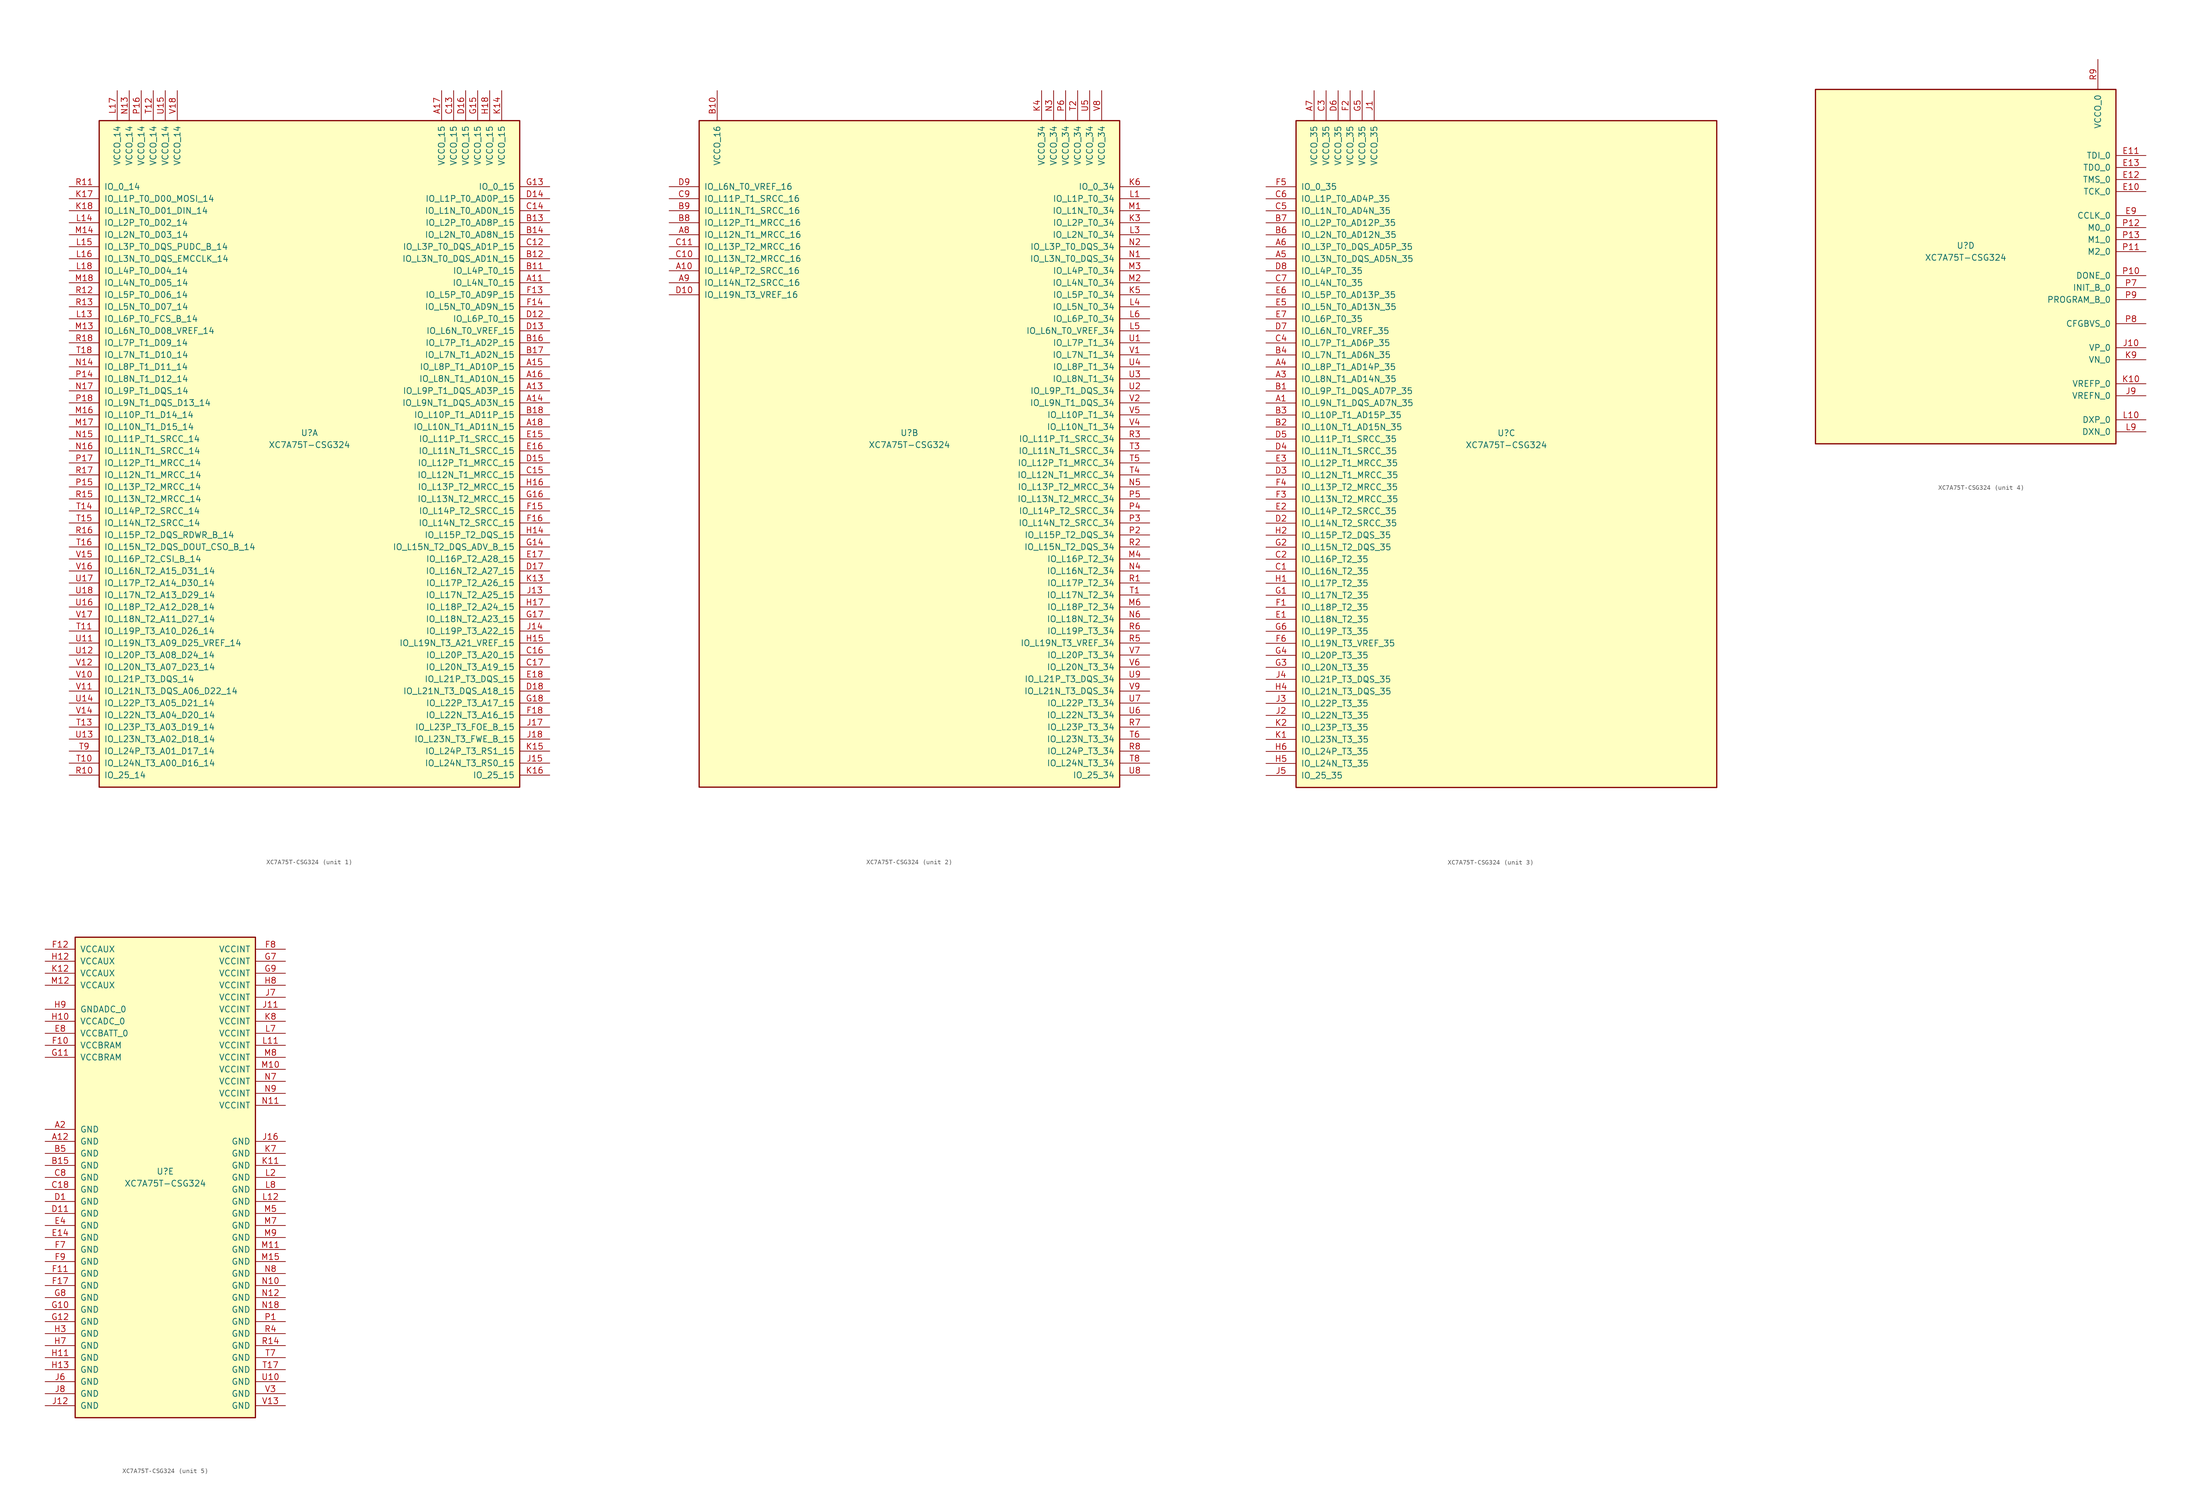
<source format=kicad_sym>
(kicad_symbol_lib
  (version 20211014)
  (generator kicad_symbol_editor)
  (symbol "XC7A75T-CSG324"
    (pin_names
      (offset 1.016))
    (property "Reference" "U"
      (at 0 1.27 0)
      (effects (font (size 1.27 1.27))))
    (property "Value" "XC7A75T-CSG324"
      (at 0 -1.27 0)
      (effects (font (size 1.27 1.27))))
    (property "Datasheet" ""
      (at 0 0 0)
      (effects (font (size 1.27 1.27))))
    (property "ki_locked" ""
      (at 0 0 0)
      (effects (font (size 1.27 1.27))))
    (symbol "XC7A75T-CSG324_1_1"
      (rectangle (start -44.45 67.31) (end 44.45 -73.66) (stroke (width 0.254) (type default) (color 0 0 0 0)) (fill (type background)))
      (pin bidirectional line (at 50.8 33.02 180) (length 6.35) (name "IO_L4N_T0_15" (effects (font (size 1.27 1.27)))) (number "A11" (effects (font (size 1.27 1.27)))))
      (pin bidirectional line (at 50.8 10.16 180) (length 6.35) (name "IO_L9P_T1_DQS_AD3P_15" (effects (font (size 1.27 1.27)))) (number "A13" (effects (font (size 1.27 1.27)))))
      (pin bidirectional line (at 50.8 7.62 180) (length 6.35) (name "IO_L9N_T1_DQS_AD3N_15" (effects (font (size 1.27 1.27)))) (number "A14" (effects (font (size 1.27 1.27)))))
      (pin bidirectional line (at 50.8 15.24 180) (length 6.35) (name "IO_L8P_T1_AD10P_15" (effects (font (size 1.27 1.27)))) (number "A15" (effects (font (size 1.27 1.27)))))
      (pin bidirectional line (at 50.8 12.7 180) (length 6.35) (name "IO_L8N_T1_AD10N_15" (effects (font (size 1.27 1.27)))) (number "A16" (effects (font (size 1.27 1.27)))))
      (pin power_in line (at 27.94 73.66 270) (length 6.35) (name "VCCO_15" (effects (font (size 1.27 1.27)))) (number "A17" (effects (font (size 1.27 1.27)))))
      (pin bidirectional line (at 50.8 2.54 180) (length 6.35) (name "IO_L10N_T1_AD11N_15" (effects (font (size 1.27 1.27)))) (number "A18" (effects (font (size 1.27 1.27)))))
      (pin bidirectional line (at 50.8 35.56 180) (length 6.35) (name "IO_L4P_T0_15" (effects (font (size 1.27 1.27)))) (number "B11" (effects (font (size 1.27 1.27)))))
      (pin bidirectional line (at 50.8 38.1 180) (length 6.35) (name "IO_L3N_T0_DQS_AD1N_15" (effects (font (size 1.27 1.27)))) (number "B12" (effects (font (size 1.27 1.27)))))
      (pin bidirectional line (at 50.8 45.72 180) (length 6.35) (name "IO_L2P_T0_AD8P_15" (effects (font (size 1.27 1.27)))) (number "B13" (effects (font (size 1.27 1.27)))))
      (pin bidirectional line (at 50.8 43.18 180) (length 6.35) (name "IO_L2N_T0_AD8N_15" (effects (font (size 1.27 1.27)))) (number "B14" (effects (font (size 1.27 1.27)))))
      (pin bidirectional line (at 50.8 20.32 180) (length 6.35) (name "IO_L7P_T1_AD2P_15" (effects (font (size 1.27 1.27)))) (number "B16" (effects (font (size 1.27 1.27)))))
      (pin bidirectional line (at 50.8 17.78 180) (length 6.35) (name "IO_L7N_T1_AD2N_15" (effects (font (size 1.27 1.27)))) (number "B17" (effects (font (size 1.27 1.27)))))
      (pin bidirectional line (at 50.8 5.08 180) (length 6.35) (name "IO_L10P_T1_AD11P_15" (effects (font (size 1.27 1.27)))) (number "B18" (effects (font (size 1.27 1.27)))))
      (pin bidirectional line (at 50.8 40.64 180) (length 6.35) (name "IO_L3P_T0_DQS_AD1P_15" (effects (font (size 1.27 1.27)))) (number "C12" (effects (font (size 1.27 1.27)))))
      (pin power_in line (at 30.48 73.66 270) (length 6.35) (name "VCCO_15" (effects (font (size 1.27 1.27)))) (number "C13" (effects (font (size 1.27 1.27)))))
      (pin bidirectional line (at 50.8 48.26 180) (length 6.35) (name "IO_L1N_T0_AD0N_15" (effects (font (size 1.27 1.27)))) (number "C14" (effects (font (size 1.27 1.27)))))
      (pin bidirectional line (at 50.8 -7.62 180) (length 6.35) (name "IO_L12N_T1_MRCC_15" (effects (font (size 1.27 1.27)))) (number "C15" (effects (font (size 1.27 1.27)))))
      (pin bidirectional line (at 50.8 -45.72 180) (length 6.35) (name "IO_L20P_T3_A20_15" (effects (font (size 1.27 1.27)))) (number "C16" (effects (font (size 1.27 1.27)))))
      (pin bidirectional line (at 50.8 -48.26 180) (length 6.35) (name "IO_L20N_T3_A19_15" (effects (font (size 1.27 1.27)))) (number "C17" (effects (font (size 1.27 1.27)))))
      (pin bidirectional line (at 50.8 25.4 180) (length 6.35) (name "IO_L6P_T0_15" (effects (font (size 1.27 1.27)))) (number "D12" (effects (font (size 1.27 1.27)))))
      (pin bidirectional line (at 50.8 22.86 180) (length 6.35) (name "IO_L6N_T0_VREF_15" (effects (font (size 1.27 1.27)))) (number "D13" (effects (font (size 1.27 1.27)))))
      (pin bidirectional line (at 50.8 50.8 180) (length 6.35) (name "IO_L1P_T0_AD0P_15" (effects (font (size 1.27 1.27)))) (number "D14" (effects (font (size 1.27 1.27)))))
      (pin bidirectional line (at 50.8 -5.08 180) (length 6.35) (name "IO_L12P_T1_MRCC_15" (effects (font (size 1.27 1.27)))) (number "D15" (effects (font (size 1.27 1.27)))))
      (pin power_in line (at 33.02 73.66 270) (length 6.35) (name "VCCO_15" (effects (font (size 1.27 1.27)))) (number "D16" (effects (font (size 1.27 1.27)))))
      (pin bidirectional line (at 50.8 -27.94 180) (length 6.35) (name "IO_L16N_T2_A27_15" (effects (font (size 1.27 1.27)))) (number "D17" (effects (font (size 1.27 1.27)))))
      (pin bidirectional line (at 50.8 -53.34 180) (length 6.35) (name "IO_L21N_T3_DQS_A18_15" (effects (font (size 1.27 1.27)))) (number "D18" (effects (font (size 1.27 1.27)))))
      (pin bidirectional line (at 50.8 0 180) (length 6.35) (name "IO_L11P_T1_SRCC_15" (effects (font (size 1.27 1.27)))) (number "E15" (effects (font (size 1.27 1.27)))))
      (pin bidirectional line (at 50.8 -2.54 180) (length 6.35) (name "IO_L11N_T1_SRCC_15" (effects (font (size 1.27 1.27)))) (number "E16" (effects (font (size 1.27 1.27)))))
      (pin bidirectional line (at 50.8 -25.4 180) (length 6.35) (name "IO_L16P_T2_A28_15" (effects (font (size 1.27 1.27)))) (number "E17" (effects (font (size 1.27 1.27)))))
      (pin bidirectional line (at 50.8 -50.8 180) (length 6.35) (name "IO_L21P_T3_DQS_15" (effects (font (size 1.27 1.27)))) (number "E18" (effects (font (size 1.27 1.27)))))
      (pin bidirectional line (at 50.8 30.48 180) (length 6.35) (name "IO_L5P_T0_AD9P_15" (effects (font (size 1.27 1.27)))) (number "F13" (effects (font (size 1.27 1.27)))))
      (pin bidirectional line (at 50.8 27.94 180) (length 6.35) (name "IO_L5N_T0_AD9N_15" (effects (font (size 1.27 1.27)))) (number "F14" (effects (font (size 1.27 1.27)))))
      (pin bidirectional line (at 50.8 -15.24 180) (length 6.35) (name "IO_L14P_T2_SRCC_15" (effects (font (size 1.27 1.27)))) (number "F15" (effects (font (size 1.27 1.27)))))
      (pin bidirectional line (at 50.8 -17.78 180) (length 6.35) (name "IO_L14N_T2_SRCC_15" (effects (font (size 1.27 1.27)))) (number "F16" (effects (font (size 1.27 1.27)))))
      (pin bidirectional line (at 50.8 -58.42 180) (length 6.35) (name "IO_L22N_T3_A16_15" (effects (font (size 1.27 1.27)))) (number "F18" (effects (font (size 1.27 1.27)))))
      (pin bidirectional line (at 50.8 53.34 180) (length 6.35) (name "IO_0_15" (effects (font (size 1.27 1.27)))) (number "G13" (effects (font (size 1.27 1.27)))))
      (pin bidirectional line (at 50.8 -22.86 180) (length 6.35) (name "IO_L15N_T2_DQS_ADV_B_15" (effects (font (size 1.27 1.27)))) (number "G14" (effects (font (size 1.27 1.27)))))
      (pin power_in line (at 35.56 73.66 270) (length 6.35) (name "VCCO_15" (effects (font (size 1.27 1.27)))) (number "G15" (effects (font (size 1.27 1.27)))))
      (pin bidirectional line (at 50.8 -12.7 180) (length 6.35) (name "IO_L13N_T2_MRCC_15" (effects (font (size 1.27 1.27)))) (number "G16" (effects (font (size 1.27 1.27)))))
      (pin bidirectional line (at 50.8 -38.1 180) (length 6.35) (name "IO_L18N_T2_A23_15" (effects (font (size 1.27 1.27)))) (number "G17" (effects (font (size 1.27 1.27)))))
      (pin bidirectional line (at 50.8 -55.88 180) (length 6.35) (name "IO_L22P_T3_A17_15" (effects (font (size 1.27 1.27)))) (number "G18" (effects (font (size 1.27 1.27)))))
      (pin bidirectional line (at 50.8 -20.32 180) (length 6.35) (name "IO_L15P_T2_DQS_15" (effects (font (size 1.27 1.27)))) (number "H14" (effects (font (size 1.27 1.27)))))
      (pin bidirectional line (at 50.8 -43.18 180) (length 6.35) (name "IO_L19N_T3_A21_VREF_15" (effects (font (size 1.27 1.27)))) (number "H15" (effects (font (size 1.27 1.27)))))
      (pin bidirectional line (at 50.8 -10.16 180) (length 6.35) (name "IO_L13P_T2_MRCC_15" (effects (font (size 1.27 1.27)))) (number "H16" (effects (font (size 1.27 1.27)))))
      (pin bidirectional line (at 50.8 -35.56 180) (length 6.35) (name "IO_L18P_T2_A24_15" (effects (font (size 1.27 1.27)))) (number "H17" (effects (font (size 1.27 1.27)))))
      (pin power_in line (at 38.1 73.66 270) (length 6.35) (name "VCCO_15" (effects (font (size 1.27 1.27)))) (number "H18" (effects (font (size 1.27 1.27)))))
      (pin bidirectional line (at 50.8 -33.02 180) (length 6.35) (name "IO_L17N_T2_A25_15" (effects (font (size 1.27 1.27)))) (number "J13" (effects (font (size 1.27 1.27)))))
      (pin bidirectional line (at 50.8 -40.64 180) (length 6.35) (name "IO_L19P_T3_A22_15" (effects (font (size 1.27 1.27)))) (number "J14" (effects (font (size 1.27 1.27)))))
      (pin bidirectional line (at 50.8 -68.58 180) (length 6.35) (name "IO_L24N_T3_RS0_15" (effects (font (size 1.27 1.27)))) (number "J15" (effects (font (size 1.27 1.27)))))
      (pin bidirectional line (at 50.8 -60.96 180) (length 6.35) (name "IO_L23P_T3_FOE_B_15" (effects (font (size 1.27 1.27)))) (number "J17" (effects (font (size 1.27 1.27)))))
      (pin bidirectional line (at 50.8 -63.5 180) (length 6.35) (name "IO_L23N_T3_FWE_B_15" (effects (font (size 1.27 1.27)))) (number "J18" (effects (font (size 1.27 1.27)))))
      (pin bidirectional line (at 50.8 -30.48 180) (length 6.35) (name "IO_L17P_T2_A26_15" (effects (font (size 1.27 1.27)))) (number "K13" (effects (font (size 1.27 1.27)))))
      (pin power_in line (at 40.64 73.66 270) (length 6.35) (name "VCCO_15" (effects (font (size 1.27 1.27)))) (number "K14" (effects (font (size 1.27 1.27)))))
      (pin bidirectional line (at 50.8 -66.04 180) (length 6.35) (name "IO_L24P_T3_RS1_15" (effects (font (size 1.27 1.27)))) (number "K15" (effects (font (size 1.27 1.27)))))
      (pin bidirectional line (at 50.8 -71.12 180) (length 6.35) (name "IO_25_15" (effects (font (size 1.27 1.27)))) (number "K16" (effects (font (size 1.27 1.27)))))
      (pin bidirectional line (at -50.8 50.8 0) (length 6.35) (name "IO_L1P_T0_D00_MOSI_14" (effects (font (size 1.27 1.27)))) (number "K17" (effects (font (size 1.27 1.27)))))
      (pin bidirectional line (at -50.8 48.26 0) (length 6.35) (name "IO_L1N_T0_D01_DIN_14" (effects (font (size 1.27 1.27)))) (number "K18" (effects (font (size 1.27 1.27)))))
      (pin bidirectional line (at -50.8 25.4 0) (length 6.35) (name "IO_L6P_T0_FCS_B_14" (effects (font (size 1.27 1.27)))) (number "L13" (effects (font (size 1.27 1.27)))))
      (pin bidirectional line (at -50.8 45.72 0) (length 6.35) (name "IO_L2P_T0_D02_14" (effects (font (size 1.27 1.27)))) (number "L14" (effects (font (size 1.27 1.27)))))
      (pin bidirectional line (at -50.8 40.64 0) (length 6.35) (name "IO_L3P_T0_DQS_PUDC_B_14" (effects (font (size 1.27 1.27)))) (number "L15" (effects (font (size 1.27 1.27)))))
      (pin bidirectional line (at -50.8 38.1 0) (length 6.35) (name "IO_L3N_T0_DQS_EMCCLK_14" (effects (font (size 1.27 1.27)))) (number "L16" (effects (font (size 1.27 1.27)))))
      (pin power_in line (at -40.64 73.66 270) (length 6.35) (name "VCCO_14" (effects (font (size 1.27 1.27)))) (number "L17" (effects (font (size 1.27 1.27)))))
      (pin bidirectional line (at -50.8 35.56 0) (length 6.35) (name "IO_L4P_T0_D04_14" (effects (font (size 1.27 1.27)))) (number "L18" (effects (font (size 1.27 1.27)))))
      (pin bidirectional line (at -50.8 22.86 0) (length 6.35) (name "IO_L6N_T0_D08_VREF_14" (effects (font (size 1.27 1.27)))) (number "M13" (effects (font (size 1.27 1.27)))))
      (pin bidirectional line (at -50.8 43.18 0) (length 6.35) (name "IO_L2N_T0_D03_14" (effects (font (size 1.27 1.27)))) (number "M14" (effects (font (size 1.27 1.27)))))
      (pin bidirectional line (at -50.8 5.08 0) (length 6.35) (name "IO_L10P_T1_D14_14" (effects (font (size 1.27 1.27)))) (number "M16" (effects (font (size 1.27 1.27)))))
      (pin bidirectional line (at -50.8 2.54 0) (length 6.35) (name "IO_L10N_T1_D15_14" (effects (font (size 1.27 1.27)))) (number "M17" (effects (font (size 1.27 1.27)))))
      (pin bidirectional line (at -50.8 33.02 0) (length 6.35) (name "IO_L4N_T0_D05_14" (effects (font (size 1.27 1.27)))) (number "M18" (effects (font (size 1.27 1.27)))))
      (pin power_in line (at -38.1 73.66 270) (length 6.35) (name "VCCO_14" (effects (font (size 1.27 1.27)))) (number "N13" (effects (font (size 1.27 1.27)))))
      (pin bidirectional line (at -50.8 15.24 0) (length 6.35) (name "IO_L8P_T1_D11_14" (effects (font (size 1.27 1.27)))) (number "N14" (effects (font (size 1.27 1.27)))))
      (pin bidirectional line (at -50.8 0 0) (length 6.35) (name "IO_L11P_T1_SRCC_14" (effects (font (size 1.27 1.27)))) (number "N15" (effects (font (size 1.27 1.27)))))
      (pin bidirectional line (at -50.8 -2.54 0) (length 6.35) (name "IO_L11N_T1_SRCC_14" (effects (font (size 1.27 1.27)))) (number "N16" (effects (font (size 1.27 1.27)))))
      (pin bidirectional line (at -50.8 10.16 0) (length 6.35) (name "IO_L9P_T1_DQS_14" (effects (font (size 1.27 1.27)))) (number "N17" (effects (font (size 1.27 1.27)))))
      (pin bidirectional line (at -50.8 12.7 0) (length 6.35) (name "IO_L8N_T1_D12_14" (effects (font (size 1.27 1.27)))) (number "P14" (effects (font (size 1.27 1.27)))))
      (pin bidirectional line (at -50.8 -10.16 0) (length 6.35) (name "IO_L13P_T2_MRCC_14" (effects (font (size 1.27 1.27)))) (number "P15" (effects (font (size 1.27 1.27)))))
      (pin power_in line (at -35.56 73.66 270) (length 6.35) (name "VCCO_14" (effects (font (size 1.27 1.27)))) (number "P16" (effects (font (size 1.27 1.27)))))
      (pin bidirectional line (at -50.8 -5.08 0) (length 6.35) (name "IO_L12P_T1_MRCC_14" (effects (font (size 1.27 1.27)))) (number "P17" (effects (font (size 1.27 1.27)))))
      (pin bidirectional line (at -50.8 7.62 0) (length 6.35) (name "IO_L9N_T1_DQS_D13_14" (effects (font (size 1.27 1.27)))) (number "P18" (effects (font (size 1.27 1.27)))))
      (pin bidirectional line (at -50.8 -71.12 0) (length 6.35) (name "IO_25_14" (effects (font (size 1.27 1.27)))) (number "R10" (effects (font (size 1.27 1.27)))))
      (pin bidirectional line (at -50.8 53.34 0) (length 6.35) (name "IO_0_14" (effects (font (size 1.27 1.27)))) (number "R11" (effects (font (size 1.27 1.27)))))
      (pin bidirectional line (at -50.8 30.48 0) (length 6.35) (name "IO_L5P_T0_D06_14" (effects (font (size 1.27 1.27)))) (number "R12" (effects (font (size 1.27 1.27)))))
      (pin bidirectional line (at -50.8 27.94 0) (length 6.35) (name "IO_L5N_T0_D07_14" (effects (font (size 1.27 1.27)))) (number "R13" (effects (font (size 1.27 1.27)))))
      (pin bidirectional line (at -50.8 -12.7 0) (length 6.35) (name "IO_L13N_T2_MRCC_14" (effects (font (size 1.27 1.27)))) (number "R15" (effects (font (size 1.27 1.27)))))
      (pin bidirectional line (at -50.8 -20.32 0) (length 6.35) (name "IO_L15P_T2_DQS_RDWR_B_14" (effects (font (size 1.27 1.27)))) (number "R16" (effects (font (size 1.27 1.27)))))
      (pin bidirectional line (at -50.8 -7.62 0) (length 6.35) (name "IO_L12N_T1_MRCC_14" (effects (font (size 1.27 1.27)))) (number "R17" (effects (font (size 1.27 1.27)))))
      (pin bidirectional line (at -50.8 20.32 0) (length 6.35) (name "IO_L7P_T1_D09_14" (effects (font (size 1.27 1.27)))) (number "R18" (effects (font (size 1.27 1.27)))))
      (pin bidirectional line (at -50.8 -68.58 0) (length 6.35) (name "IO_L24N_T3_A00_D16_14" (effects (font (size 1.27 1.27)))) (number "T10" (effects (font (size 1.27 1.27)))))
      (pin bidirectional line (at -50.8 -40.64 0) (length 6.35) (name "IO_L19P_T3_A10_D26_14" (effects (font (size 1.27 1.27)))) (number "T11" (effects (font (size 1.27 1.27)))))
      (pin power_in line (at -33.02 73.66 270) (length 6.35) (name "VCCO_14" (effects (font (size 1.27 1.27)))) (number "T12" (effects (font (size 1.27 1.27)))))
      (pin bidirectional line (at -50.8 -60.96 0) (length 6.35) (name "IO_L23P_T3_A03_D19_14" (effects (font (size 1.27 1.27)))) (number "T13" (effects (font (size 1.27 1.27)))))
      (pin bidirectional line (at -50.8 -15.24 0) (length 6.35) (name "IO_L14P_T2_SRCC_14" (effects (font (size 1.27 1.27)))) (number "T14" (effects (font (size 1.27 1.27)))))
      (pin bidirectional line (at -50.8 -17.78 0) (length 6.35) (name "IO_L14N_T2_SRCC_14" (effects (font (size 1.27 1.27)))) (number "T15" (effects (font (size 1.27 1.27)))))
      (pin bidirectional line (at -50.8 -22.86 0) (length 6.35) (name "IO_L15N_T2_DQS_DOUT_CSO_B_14" (effects (font (size 1.27 1.27)))) (number "T16" (effects (font (size 1.27 1.27)))))
      (pin bidirectional line (at -50.8 17.78 0) (length 6.35) (name "IO_L7N_T1_D10_14" (effects (font (size 1.27 1.27)))) (number "T18" (effects (font (size 1.27 1.27)))))
      (pin bidirectional line (at -50.8 -66.04 0) (length 6.35) (name "IO_L24P_T3_A01_D17_14" (effects (font (size 1.27 1.27)))) (number "T9" (effects (font (size 1.27 1.27)))))
      (pin bidirectional line (at -50.8 -43.18 0) (length 6.35) (name "IO_L19N_T3_A09_D25_VREF_14" (effects (font (size 1.27 1.27)))) (number "U11" (effects (font (size 1.27 1.27)))))
      (pin bidirectional line (at -50.8 -45.72 0) (length 6.35) (name "IO_L20P_T3_A08_D24_14" (effects (font (size 1.27 1.27)))) (number "U12" (effects (font (size 1.27 1.27)))))
      (pin bidirectional line (at -50.8 -63.5 0) (length 6.35) (name "IO_L23N_T3_A02_D18_14" (effects (font (size 1.27 1.27)))) (number "U13" (effects (font (size 1.27 1.27)))))
      (pin bidirectional line (at -50.8 -55.88 0) (length 6.35) (name "IO_L22P_T3_A05_D21_14" (effects (font (size 1.27 1.27)))) (number "U14" (effects (font (size 1.27 1.27)))))
      (pin power_in line (at -30.48 73.66 270) (length 6.35) (name "VCCO_14" (effects (font (size 1.27 1.27)))) (number "U15" (effects (font (size 1.27 1.27)))))
      (pin bidirectional line (at -50.8 -35.56 0) (length 6.35) (name "IO_L18P_T2_A12_D28_14" (effects (font (size 1.27 1.27)))) (number "U16" (effects (font (size 1.27 1.27)))))
      (pin bidirectional line (at -50.8 -30.48 0) (length 6.35) (name "IO_L17P_T2_A14_D30_14" (effects (font (size 1.27 1.27)))) (number "U17" (effects (font (size 1.27 1.27)))))
      (pin bidirectional line (at -50.8 -33.02 0) (length 6.35) (name "IO_L17N_T2_A13_D29_14" (effects (font (size 1.27 1.27)))) (number "U18" (effects (font (size 1.27 1.27)))))
      (pin bidirectional line (at -50.8 -50.8 0) (length 6.35) (name "IO_L21P_T3_DQS_14" (effects (font (size 1.27 1.27)))) (number "V10" (effects (font (size 1.27 1.27)))))
      (pin bidirectional line (at -50.8 -53.34 0) (length 6.35) (name "IO_L21N_T3_DQS_A06_D22_14" (effects (font (size 1.27 1.27)))) (number "V11" (effects (font (size 1.27 1.27)))))
      (pin bidirectional line (at -50.8 -48.26 0) (length 6.35) (name "IO_L20N_T3_A07_D23_14" (effects (font (size 1.27 1.27)))) (number "V12" (effects (font (size 1.27 1.27)))))
      (pin bidirectional line (at -50.8 -58.42 0) (length 6.35) (name "IO_L22N_T3_A04_D20_14" (effects (font (size 1.27 1.27)))) (number "V14" (effects (font (size 1.27 1.27)))))
      (pin bidirectional line (at -50.8 -25.4 0) (length 6.35) (name "IO_L16P_T2_CSI_B_14" (effects (font (size 1.27 1.27)))) (number "V15" (effects (font (size 1.27 1.27)))))
      (pin bidirectional line (at -50.8 -27.94 0) (length 6.35) (name "IO_L16N_T2_A15_D31_14" (effects (font (size 1.27 1.27)))) (number "V16" (effects (font (size 1.27 1.27)))))
      (pin bidirectional line (at -50.8 -38.1 0) (length 6.35) (name "IO_L18N_T2_A11_D27_14" (effects (font (size 1.27 1.27)))) (number "V17" (effects (font (size 1.27 1.27)))))
      (pin power_in line (at -27.94 73.66 270) (length 6.35) (name "VCCO_14" (effects (font (size 1.27 1.27)))) (number "V18" (effects (font (size 1.27 1.27))))))
    (symbol "XC7A75T-CSG324_2_1"
      (rectangle (start -44.45 67.31) (end 44.45 -73.66) (stroke (width 0.254) (type default) (color 0 0 0 0)) (fill (type background)))
      (pin bidirectional line (at -50.8 35.56 0) (length 6.35) (name "IO_L14P_T2_SRCC_16" (effects (font (size 1.27 1.27)))) (number "A10" (effects (font (size 1.27 1.27)))))
      (pin bidirectional line (at -50.8 43.18 0) (length 6.35) (name "IO_L12N_T1_MRCC_16" (effects (font (size 1.27 1.27)))) (number "A8" (effects (font (size 1.27 1.27)))))
      (pin bidirectional line (at -50.8 33.02 0) (length 6.35) (name "IO_L14N_T2_SRCC_16" (effects (font (size 1.27 1.27)))) (number "A9" (effects (font (size 1.27 1.27)))))
      (pin power_in line (at -40.64 73.66 270) (length 6.35) (name "VCCO_16" (effects (font (size 1.27 1.27)))) (number "B10" (effects (font (size 1.27 1.27)))))
      (pin bidirectional line (at -50.8 45.72 0) (length 6.35) (name "IO_L12P_T1_MRCC_16" (effects (font (size 1.27 1.27)))) (number "B8" (effects (font (size 1.27 1.27)))))
      (pin bidirectional line (at -50.8 48.26 0) (length 6.35) (name "IO_L11N_T1_SRCC_16" (effects (font (size 1.27 1.27)))) (number "B9" (effects (font (size 1.27 1.27)))))
      (pin bidirectional line (at -50.8 38.1 0) (length 6.35) (name "IO_L13N_T2_MRCC_16" (effects (font (size 1.27 1.27)))) (number "C10" (effects (font (size 1.27 1.27)))))
      (pin bidirectional line (at -50.8 40.64 0) (length 6.35) (name "IO_L13P_T2_MRCC_16" (effects (font (size 1.27 1.27)))) (number "C11" (effects (font (size 1.27 1.27)))))
      (pin bidirectional line (at -50.8 50.8 0) (length 6.35) (name "IO_L11P_T1_SRCC_16" (effects (font (size 1.27 1.27)))) (number "C9" (effects (font (size 1.27 1.27)))))
      (pin bidirectional line (at -50.8 30.48 0) (length 6.35) (name "IO_L19N_T3_VREF_16" (effects (font (size 1.27 1.27)))) (number "D10" (effects (font (size 1.27 1.27)))))
      (pin bidirectional line (at -50.8 53.34 0) (length 6.35) (name "IO_L6N_T0_VREF_16" (effects (font (size 1.27 1.27)))) (number "D9" (effects (font (size 1.27 1.27)))))
      (pin bidirectional line (at 50.8 45.72 180) (length 6.35) (name "IO_L2P_T0_34" (effects (font (size 1.27 1.27)))) (number "K3" (effects (font (size 1.27 1.27)))))
      (pin power_in line (at 27.94 73.66 270) (length 6.35) (name "VCCO_34" (effects (font (size 1.27 1.27)))) (number "K4" (effects (font (size 1.27 1.27)))))
      (pin bidirectional line (at 50.8 30.48 180) (length 6.35) (name "IO_L5P_T0_34" (effects (font (size 1.27 1.27)))) (number "K5" (effects (font (size 1.27 1.27)))))
      (pin bidirectional line (at 50.8 53.34 180) (length 6.35) (name "IO_0_34" (effects (font (size 1.27 1.27)))) (number "K6" (effects (font (size 1.27 1.27)))))
      (pin bidirectional line (at 50.8 50.8 180) (length 6.35) (name "IO_L1P_T0_34" (effects (font (size 1.27 1.27)))) (number "L1" (effects (font (size 1.27 1.27)))))
      (pin bidirectional line (at 50.8 43.18 180) (length 6.35) (name "IO_L2N_T0_34" (effects (font (size 1.27 1.27)))) (number "L3" (effects (font (size 1.27 1.27)))))
      (pin bidirectional line (at 50.8 27.94 180) (length 6.35) (name "IO_L5N_T0_34" (effects (font (size 1.27 1.27)))) (number "L4" (effects (font (size 1.27 1.27)))))
      (pin bidirectional line (at 50.8 22.86 180) (length 6.35) (name "IO_L6N_T0_VREF_34" (effects (font (size 1.27 1.27)))) (number "L5" (effects (font (size 1.27 1.27)))))
      (pin bidirectional line (at 50.8 25.4 180) (length 6.35) (name "IO_L6P_T0_34" (effects (font (size 1.27 1.27)))) (number "L6" (effects (font (size 1.27 1.27)))))
      (pin bidirectional line (at 50.8 48.26 180) (length 6.35) (name "IO_L1N_T0_34" (effects (font (size 1.27 1.27)))) (number "M1" (effects (font (size 1.27 1.27)))))
      (pin bidirectional line (at 50.8 33.02 180) (length 6.35) (name "IO_L4N_T0_34" (effects (font (size 1.27 1.27)))) (number "M2" (effects (font (size 1.27 1.27)))))
      (pin bidirectional line (at 50.8 35.56 180) (length 6.35) (name "IO_L4P_T0_34" (effects (font (size 1.27 1.27)))) (number "M3" (effects (font (size 1.27 1.27)))))
      (pin bidirectional line (at 50.8 -25.4 180) (length 6.35) (name "IO_L16P_T2_34" (effects (font (size 1.27 1.27)))) (number "M4" (effects (font (size 1.27 1.27)))))
      (pin bidirectional line (at 50.8 -35.56 180) (length 6.35) (name "IO_L18P_T2_34" (effects (font (size 1.27 1.27)))) (number "M6" (effects (font (size 1.27 1.27)))))
      (pin bidirectional line (at 50.8 38.1 180) (length 6.35) (name "IO_L3N_T0_DQS_34" (effects (font (size 1.27 1.27)))) (number "N1" (effects (font (size 1.27 1.27)))))
      (pin bidirectional line (at 50.8 40.64 180) (length 6.35) (name "IO_L3P_T0_DQS_34" (effects (font (size 1.27 1.27)))) (number "N2" (effects (font (size 1.27 1.27)))))
      (pin power_in line (at 30.48 73.66 270) (length 6.35) (name "VCCO_34" (effects (font (size 1.27 1.27)))) (number "N3" (effects (font (size 1.27 1.27)))))
      (pin bidirectional line (at 50.8 -27.94 180) (length 6.35) (name "IO_L16N_T2_34" (effects (font (size 1.27 1.27)))) (number "N4" (effects (font (size 1.27 1.27)))))
      (pin bidirectional line (at 50.8 -10.16 180) (length 6.35) (name "IO_L13P_T2_MRCC_34" (effects (font (size 1.27 1.27)))) (number "N5" (effects (font (size 1.27 1.27)))))
      (pin bidirectional line (at 50.8 -38.1 180) (length 6.35) (name "IO_L18N_T2_34" (effects (font (size 1.27 1.27)))) (number "N6" (effects (font (size 1.27 1.27)))))
      (pin bidirectional line (at 50.8 -20.32 180) (length 6.35) (name "IO_L15P_T2_DQS_34" (effects (font (size 1.27 1.27)))) (number "P2" (effects (font (size 1.27 1.27)))))
      (pin bidirectional line (at 50.8 -17.78 180) (length 6.35) (name "IO_L14N_T2_SRCC_34" (effects (font (size 1.27 1.27)))) (number "P3" (effects (font (size 1.27 1.27)))))
      (pin bidirectional line (at 50.8 -15.24 180) (length 6.35) (name "IO_L14P_T2_SRCC_34" (effects (font (size 1.27 1.27)))) (number "P4" (effects (font (size 1.27 1.27)))))
      (pin bidirectional line (at 50.8 -12.7 180) (length 6.35) (name "IO_L13N_T2_MRCC_34" (effects (font (size 1.27 1.27)))) (number "P5" (effects (font (size 1.27 1.27)))))
      (pin power_in line (at 33.02 73.66 270) (length 6.35) (name "VCCO_34" (effects (font (size 1.27 1.27)))) (number "P6" (effects (font (size 1.27 1.27)))))
      (pin bidirectional line (at 50.8 -30.48 180) (length 6.35) (name "IO_L17P_T2_34" (effects (font (size 1.27 1.27)))) (number "R1" (effects (font (size 1.27 1.27)))))
      (pin bidirectional line (at 50.8 -22.86 180) (length 6.35) (name "IO_L15N_T2_DQS_34" (effects (font (size 1.27 1.27)))) (number "R2" (effects (font (size 1.27 1.27)))))
      (pin bidirectional line (at 50.8 0 180) (length 6.35) (name "IO_L11P_T1_SRCC_34" (effects (font (size 1.27 1.27)))) (number "R3" (effects (font (size 1.27 1.27)))))
      (pin bidirectional line (at 50.8 -43.18 180) (length 6.35) (name "IO_L19N_T3_VREF_34" (effects (font (size 1.27 1.27)))) (number "R5" (effects (font (size 1.27 1.27)))))
      (pin bidirectional line (at 50.8 -40.64 180) (length 6.35) (name "IO_L19P_T3_34" (effects (font (size 1.27 1.27)))) (number "R6" (effects (font (size 1.27 1.27)))))
      (pin bidirectional line (at 50.8 -60.96 180) (length 6.35) (name "IO_L23P_T3_34" (effects (font (size 1.27 1.27)))) (number "R7" (effects (font (size 1.27 1.27)))))
      (pin bidirectional line (at 50.8 -66.04 180) (length 6.35) (name "IO_L24P_T3_34" (effects (font (size 1.27 1.27)))) (number "R8" (effects (font (size 1.27 1.27)))))
      (pin bidirectional line (at 50.8 -33.02 180) (length 6.35) (name "IO_L17N_T2_34" (effects (font (size 1.27 1.27)))) (number "T1" (effects (font (size 1.27 1.27)))))
      (pin power_in line (at 35.56 73.66 270) (length 6.35) (name "VCCO_34" (effects (font (size 1.27 1.27)))) (number "T2" (effects (font (size 1.27 1.27)))))
      (pin bidirectional line (at 50.8 -2.54 180) (length 6.35) (name "IO_L11N_T1_SRCC_34" (effects (font (size 1.27 1.27)))) (number "T3" (effects (font (size 1.27 1.27)))))
      (pin bidirectional line (at 50.8 -7.62 180) (length 6.35) (name "IO_L12N_T1_MRCC_34" (effects (font (size 1.27 1.27)))) (number "T4" (effects (font (size 1.27 1.27)))))
      (pin bidirectional line (at 50.8 -5.08 180) (length 6.35) (name "IO_L12P_T1_MRCC_34" (effects (font (size 1.27 1.27)))) (number "T5" (effects (font (size 1.27 1.27)))))
      (pin bidirectional line (at 50.8 -63.5 180) (length 6.35) (name "IO_L23N_T3_34" (effects (font (size 1.27 1.27)))) (number "T6" (effects (font (size 1.27 1.27)))))
      (pin bidirectional line (at 50.8 -68.58 180) (length 6.35) (name "IO_L24N_T3_34" (effects (font (size 1.27 1.27)))) (number "T8" (effects (font (size 1.27 1.27)))))
      (pin bidirectional line (at 50.8 20.32 180) (length 6.35) (name "IO_L7P_T1_34" (effects (font (size 1.27 1.27)))) (number "U1" (effects (font (size 1.27 1.27)))))
      (pin bidirectional line (at 50.8 10.16 180) (length 6.35) (name "IO_L9P_T1_DQS_34" (effects (font (size 1.27 1.27)))) (number "U2" (effects (font (size 1.27 1.27)))))
      (pin bidirectional line (at 50.8 12.7 180) (length 6.35) (name "IO_L8N_T1_34" (effects (font (size 1.27 1.27)))) (number "U3" (effects (font (size 1.27 1.27)))))
      (pin bidirectional line (at 50.8 15.24 180) (length 6.35) (name "IO_L8P_T1_34" (effects (font (size 1.27 1.27)))) (number "U4" (effects (font (size 1.27 1.27)))))
      (pin power_in line (at 38.1 73.66 270) (length 6.35) (name "VCCO_34" (effects (font (size 1.27 1.27)))) (number "U5" (effects (font (size 1.27 1.27)))))
      (pin bidirectional line (at 50.8 -58.42 180) (length 6.35) (name "IO_L22N_T3_34" (effects (font (size 1.27 1.27)))) (number "U6" (effects (font (size 1.27 1.27)))))
      (pin bidirectional line (at 50.8 -55.88 180) (length 6.35) (name "IO_L22P_T3_34" (effects (font (size 1.27 1.27)))) (number "U7" (effects (font (size 1.27 1.27)))))
      (pin bidirectional line (at 50.8 -71.12 180) (length 6.35) (name "IO_25_34" (effects (font (size 1.27 1.27)))) (number "U8" (effects (font (size 1.27 1.27)))))
      (pin bidirectional line (at 50.8 -50.8 180) (length 6.35) (name "IO_L21P_T3_DQS_34" (effects (font (size 1.27 1.27)))) (number "U9" (effects (font (size 1.27 1.27)))))
      (pin bidirectional line (at 50.8 17.78 180) (length 6.35) (name "IO_L7N_T1_34" (effects (font (size 1.27 1.27)))) (number "V1" (effects (font (size 1.27 1.27)))))
      (pin bidirectional line (at 50.8 7.62 180) (length 6.35) (name "IO_L9N_T1_DQS_34" (effects (font (size 1.27 1.27)))) (number "V2" (effects (font (size 1.27 1.27)))))
      (pin bidirectional line (at 50.8 2.54 180) (length 6.35) (name "IO_L10N_T1_34" (effects (font (size 1.27 1.27)))) (number "V4" (effects (font (size 1.27 1.27)))))
      (pin bidirectional line (at 50.8 5.08 180) (length 6.35) (name "IO_L10P_T1_34" (effects (font (size 1.27 1.27)))) (number "V5" (effects (font (size 1.27 1.27)))))
      (pin bidirectional line (at 50.8 -48.26 180) (length 6.35) (name "IO_L20N_T3_34" (effects (font (size 1.27 1.27)))) (number "V6" (effects (font (size 1.27 1.27)))))
      (pin bidirectional line (at 50.8 -45.72 180) (length 6.35) (name "IO_L20P_T3_34" (effects (font (size 1.27 1.27)))) (number "V7" (effects (font (size 1.27 1.27)))))
      (pin power_in line (at 40.64 73.66 270) (length 6.35) (name "VCCO_34" (effects (font (size 1.27 1.27)))) (number "V8" (effects (font (size 1.27 1.27)))))
      (pin bidirectional line (at 50.8 -53.34 180) (length 6.35) (name "IO_L21N_T3_DQS_34" (effects (font (size 1.27 1.27)))) (number "V9" (effects (font (size 1.27 1.27))))))
    (symbol "XC7A75T-CSG324_3_1"
      (rectangle (start -44.45 67.31) (end 44.45 -73.66) (stroke (width 0.254) (type default) (color 0 0 0 0)) (fill (type background)))
      (pin bidirectional line (at -50.8 7.62 0) (length 6.35) (name "IO_L9N_T1_DQS_AD7N_35" (effects (font (size 1.27 1.27)))) (number "A1" (effects (font (size 1.27 1.27)))))
      (pin bidirectional line (at -50.8 12.7 0) (length 6.35) (name "IO_L8N_T1_AD14N_35" (effects (font (size 1.27 1.27)))) (number "A3" (effects (font (size 1.27 1.27)))))
      (pin bidirectional line (at -50.8 15.24 0) (length 6.35) (name "IO_L8P_T1_AD14P_35" (effects (font (size 1.27 1.27)))) (number "A4" (effects (font (size 1.27 1.27)))))
      (pin bidirectional line (at -50.8 38.1 0) (length 6.35) (name "IO_L3N_T0_DQS_AD5N_35" (effects (font (size 1.27 1.27)))) (number "A5" (effects (font (size 1.27 1.27)))))
      (pin bidirectional line (at -50.8 40.64 0) (length 6.35) (name "IO_L3P_T0_DQS_AD5P_35" (effects (font (size 1.27 1.27)))) (number "A6" (effects (font (size 1.27 1.27)))))
      (pin power_in line (at -40.64 73.66 270) (length 6.35) (name "VCCO_35" (effects (font (size 1.27 1.27)))) (number "A7" (effects (font (size 1.27 1.27)))))
      (pin bidirectional line (at -50.8 10.16 0) (length 6.35) (name "IO_L9P_T1_DQS_AD7P_35" (effects (font (size 1.27 1.27)))) (number "B1" (effects (font (size 1.27 1.27)))))
      (pin bidirectional line (at -50.8 2.54 0) (length 6.35) (name "IO_L10N_T1_AD15N_35" (effects (font (size 1.27 1.27)))) (number "B2" (effects (font (size 1.27 1.27)))))
      (pin bidirectional line (at -50.8 5.08 0) (length 6.35) (name "IO_L10P_T1_AD15P_35" (effects (font (size 1.27 1.27)))) (number "B3" (effects (font (size 1.27 1.27)))))
      (pin bidirectional line (at -50.8 17.78 0) (length 6.35) (name "IO_L7N_T1_AD6N_35" (effects (font (size 1.27 1.27)))) (number "B4" (effects (font (size 1.27 1.27)))))
      (pin bidirectional line (at -50.8 43.18 0) (length 6.35) (name "IO_L2N_T0_AD12N_35" (effects (font (size 1.27 1.27)))) (number "B6" (effects (font (size 1.27 1.27)))))
      (pin bidirectional line (at -50.8 45.72 0) (length 6.35) (name "IO_L2P_T0_AD12P_35" (effects (font (size 1.27 1.27)))) (number "B7" (effects (font (size 1.27 1.27)))))
      (pin bidirectional line (at -50.8 -27.94 0) (length 6.35) (name "IO_L16N_T2_35" (effects (font (size 1.27 1.27)))) (number "C1" (effects (font (size 1.27 1.27)))))
      (pin bidirectional line (at -50.8 -25.4 0) (length 6.35) (name "IO_L16P_T2_35" (effects (font (size 1.27 1.27)))) (number "C2" (effects (font (size 1.27 1.27)))))
      (pin power_in line (at -38.1 73.66 270) (length 6.35) (name "VCCO_35" (effects (font (size 1.27 1.27)))) (number "C3" (effects (font (size 1.27 1.27)))))
      (pin bidirectional line (at -50.8 20.32 0) (length 6.35) (name "IO_L7P_T1_AD6P_35" (effects (font (size 1.27 1.27)))) (number "C4" (effects (font (size 1.27 1.27)))))
      (pin bidirectional line (at -50.8 48.26 0) (length 6.35) (name "IO_L1N_T0_AD4N_35" (effects (font (size 1.27 1.27)))) (number "C5" (effects (font (size 1.27 1.27)))))
      (pin bidirectional line (at -50.8 50.8 0) (length 6.35) (name "IO_L1P_T0_AD4P_35" (effects (font (size 1.27 1.27)))) (number "C6" (effects (font (size 1.27 1.27)))))
      (pin bidirectional line (at -50.8 33.02 0) (length 6.35) (name "IO_L4N_T0_35" (effects (font (size 1.27 1.27)))) (number "C7" (effects (font (size 1.27 1.27)))))
      (pin bidirectional line (at -50.8 -17.78 0) (length 6.35) (name "IO_L14N_T2_SRCC_35" (effects (font (size 1.27 1.27)))) (number "D2" (effects (font (size 1.27 1.27)))))
      (pin bidirectional line (at -50.8 -7.62 0) (length 6.35) (name "IO_L12N_T1_MRCC_35" (effects (font (size 1.27 1.27)))) (number "D3" (effects (font (size 1.27 1.27)))))
      (pin bidirectional line (at -50.8 -2.54 0) (length 6.35) (name "IO_L11N_T1_SRCC_35" (effects (font (size 1.27 1.27)))) (number "D4" (effects (font (size 1.27 1.27)))))
      (pin bidirectional line (at -50.8 0 0) (length 6.35) (name "IO_L11P_T1_SRCC_35" (effects (font (size 1.27 1.27)))) (number "D5" (effects (font (size 1.27 1.27)))))
      (pin power_in line (at -35.56 73.66 270) (length 6.35) (name "VCCO_35" (effects (font (size 1.27 1.27)))) (number "D6" (effects (font (size 1.27 1.27)))))
      (pin bidirectional line (at -50.8 22.86 0) (length 6.35) (name "IO_L6N_T0_VREF_35" (effects (font (size 1.27 1.27)))) (number "D7" (effects (font (size 1.27 1.27)))))
      (pin bidirectional line (at -50.8 35.56 0) (length 6.35) (name "IO_L4P_T0_35" (effects (font (size 1.27 1.27)))) (number "D8" (effects (font (size 1.27 1.27)))))
      (pin bidirectional line (at -50.8 -38.1 0) (length 6.35) (name "IO_L18N_T2_35" (effects (font (size 1.27 1.27)))) (number "E1" (effects (font (size 1.27 1.27)))))
      (pin bidirectional line (at -50.8 -15.24 0) (length 6.35) (name "IO_L14P_T2_SRCC_35" (effects (font (size 1.27 1.27)))) (number "E2" (effects (font (size 1.27 1.27)))))
      (pin bidirectional line (at -50.8 -5.08 0) (length 6.35) (name "IO_L12P_T1_MRCC_35" (effects (font (size 1.27 1.27)))) (number "E3" (effects (font (size 1.27 1.27)))))
      (pin bidirectional line (at -50.8 27.94 0) (length 6.35) (name "IO_L5N_T0_AD13N_35" (effects (font (size 1.27 1.27)))) (number "E5" (effects (font (size 1.27 1.27)))))
      (pin bidirectional line (at -50.8 30.48 0) (length 6.35) (name "IO_L5P_T0_AD13P_35" (effects (font (size 1.27 1.27)))) (number "E6" (effects (font (size 1.27 1.27)))))
      (pin bidirectional line (at -50.8 25.4 0) (length 6.35) (name "IO_L6P_T0_35" (effects (font (size 1.27 1.27)))) (number "E7" (effects (font (size 1.27 1.27)))))
      (pin bidirectional line (at -50.8 -35.56 0) (length 6.35) (name "IO_L18P_T2_35" (effects (font (size 1.27 1.27)))) (number "F1" (effects (font (size 1.27 1.27)))))
      (pin power_in line (at -33.02 73.66 270) (length 6.35) (name "VCCO_35" (effects (font (size 1.27 1.27)))) (number "F2" (effects (font (size 1.27 1.27)))))
      (pin bidirectional line (at -50.8 -12.7 0) (length 6.35) (name "IO_L13N_T2_MRCC_35" (effects (font (size 1.27 1.27)))) (number "F3" (effects (font (size 1.27 1.27)))))
      (pin bidirectional line (at -50.8 -10.16 0) (length 6.35) (name "IO_L13P_T2_MRCC_35" (effects (font (size 1.27 1.27)))) (number "F4" (effects (font (size 1.27 1.27)))))
      (pin bidirectional line (at -50.8 53.34 0) (length 6.35) (name "IO_0_35" (effects (font (size 1.27 1.27)))) (number "F5" (effects (font (size 1.27 1.27)))))
      (pin bidirectional line (at -50.8 -43.18 0) (length 6.35) (name "IO_L19N_T3_VREF_35" (effects (font (size 1.27 1.27)))) (number "F6" (effects (font (size 1.27 1.27)))))
      (pin bidirectional line (at -50.8 -33.02 0) (length 6.35) (name "IO_L17N_T2_35" (effects (font (size 1.27 1.27)))) (number "G1" (effects (font (size 1.27 1.27)))))
      (pin bidirectional line (at -50.8 -22.86 0) (length 6.35) (name "IO_L15N_T2_DQS_35" (effects (font (size 1.27 1.27)))) (number "G2" (effects (font (size 1.27 1.27)))))
      (pin bidirectional line (at -50.8 -48.26 0) (length 6.35) (name "IO_L20N_T3_35" (effects (font (size 1.27 1.27)))) (number "G3" (effects (font (size 1.27 1.27)))))
      (pin bidirectional line (at -50.8 -45.72 0) (length 6.35) (name "IO_L20P_T3_35" (effects (font (size 1.27 1.27)))) (number "G4" (effects (font (size 1.27 1.27)))))
      (pin power_in line (at -30.48 73.66 270) (length 6.35) (name "VCCO_35" (effects (font (size 1.27 1.27)))) (number "G5" (effects (font (size 1.27 1.27)))))
      (pin bidirectional line (at -50.8 -40.64 0) (length 6.35) (name "IO_L19P_T3_35" (effects (font (size 1.27 1.27)))) (number "G6" (effects (font (size 1.27 1.27)))))
      (pin bidirectional line (at -50.8 -30.48 0) (length 6.35) (name "IO_L17P_T2_35" (effects (font (size 1.27 1.27)))) (number "H1" (effects (font (size 1.27 1.27)))))
      (pin bidirectional line (at -50.8 -20.32 0) (length 6.35) (name "IO_L15P_T2_DQS_35" (effects (font (size 1.27 1.27)))) (number "H2" (effects (font (size 1.27 1.27)))))
      (pin bidirectional line (at -50.8 -53.34 0) (length 6.35) (name "IO_L21N_T3_DQS_35" (effects (font (size 1.27 1.27)))) (number "H4" (effects (font (size 1.27 1.27)))))
      (pin bidirectional line (at -50.8 -68.58 0) (length 6.35) (name "IO_L24N_T3_35" (effects (font (size 1.27 1.27)))) (number "H5" (effects (font (size 1.27 1.27)))))
      (pin bidirectional line (at -50.8 -66.04 0) (length 6.35) (name "IO_L24P_T3_35" (effects (font (size 1.27 1.27)))) (number "H6" (effects (font (size 1.27 1.27)))))
      (pin power_in line (at -27.94 73.66 270) (length 6.35) (name "VCCO_35" (effects (font (size 1.27 1.27)))) (number "J1" (effects (font (size 1.27 1.27)))))
      (pin bidirectional line (at -50.8 -58.42 0) (length 6.35) (name "IO_L22N_T3_35" (effects (font (size 1.27 1.27)))) (number "J2" (effects (font (size 1.27 1.27)))))
      (pin bidirectional line (at -50.8 -55.88 0) (length 6.35) (name "IO_L22P_T3_35" (effects (font (size 1.27 1.27)))) (number "J3" (effects (font (size 1.27 1.27)))))
      (pin bidirectional line (at -50.8 -50.8 0) (length 6.35) (name "IO_L21P_T3_DQS_35" (effects (font (size 1.27 1.27)))) (number "J4" (effects (font (size 1.27 1.27)))))
      (pin bidirectional line (at -50.8 -71.12 0) (length 6.35) (name "IO_25_35" (effects (font (size 1.27 1.27)))) (number "J5" (effects (font (size 1.27 1.27)))))
      (pin bidirectional line (at -50.8 -63.5 0) (length 6.35) (name "IO_L23N_T3_35" (effects (font (size 1.27 1.27)))) (number "K1" (effects (font (size 1.27 1.27)))))
      (pin bidirectional line (at -50.8 -60.96 0) (length 6.35) (name "IO_L23P_T3_35" (effects (font (size 1.27 1.27)))) (number "K2" (effects (font (size 1.27 1.27))))))
    (symbol "XC7A75T-CSG324_4_1"
      (rectangle (start -31.75 34.29) (end 31.75 -40.64) (stroke (width 0.254) (type default) (color 0 0 0 0)) (fill (type background)))
      (pin bidirectional line (at 38.1 12.7 180) (length 6.35) (name "TCK_0" (effects (font (size 1.27 1.27)))) (number "E10" (effects (font (size 1.27 1.27)))))
      (pin bidirectional line (at 38.1 20.32 180) (length 6.35) (name "TDI_0" (effects (font (size 1.27 1.27)))) (number "E11" (effects (font (size 1.27 1.27)))))
      (pin bidirectional line (at 38.1 15.24 180) (length 6.35) (name "TMS_0" (effects (font (size 1.27 1.27)))) (number "E12" (effects (font (size 1.27 1.27)))))
      (pin bidirectional line (at 38.1 17.78 180) (length 6.35) (name "TDO_0" (effects (font (size 1.27 1.27)))) (number "E13" (effects (font (size 1.27 1.27)))))
      (pin bidirectional line (at 38.1 7.62 180) (length 6.35) (name "CCLK_0" (effects (font (size 1.27 1.27)))) (number "E9" (effects (font (size 1.27 1.27)))))
      (pin bidirectional line (at 38.1 -20.32 180) (length 6.35) (name "VP_0" (effects (font (size 1.27 1.27)))) (number "J10" (effects (font (size 1.27 1.27)))))
      (pin bidirectional line (at 38.1 -30.48 180) (length 6.35) (name "VREFN_0" (effects (font (size 1.27 1.27)))) (number "J9" (effects (font (size 1.27 1.27)))))
      (pin bidirectional line (at 38.1 -27.94 180) (length 6.35) (name "VREFP_0" (effects (font (size 1.27 1.27)))) (number "K10" (effects (font (size 1.27 1.27)))))
      (pin bidirectional line (at 38.1 -22.86 180) (length 6.35) (name "VN_0" (effects (font (size 1.27 1.27)))) (number "K9" (effects (font (size 1.27 1.27)))))
      (pin bidirectional line (at 38.1 -35.56 180) (length 6.35) (name "DXP_0" (effects (font (size 1.27 1.27)))) (number "L10" (effects (font (size 1.27 1.27)))))
      (pin bidirectional line (at 38.1 -38.1 180) (length 6.35) (name "DXN_0" (effects (font (size 1.27 1.27)))) (number "L9" (effects (font (size 1.27 1.27)))))
      (pin bidirectional line (at 38.1 -5.08 180) (length 6.35) (name "DONE_0" (effects (font (size 1.27 1.27)))) (number "P10" (effects (font (size 1.27 1.27)))))
      (pin bidirectional line (at 38.1 0 180) (length 6.35) (name "M2_0" (effects (font (size 1.27 1.27)))) (number "P11" (effects (font (size 1.27 1.27)))))
      (pin bidirectional line (at 38.1 5.08 180) (length 6.35) (name "M0_0" (effects (font (size 1.27 1.27)))) (number "P12" (effects (font (size 1.27 1.27)))))
      (pin bidirectional line (at 38.1 2.54 180) (length 6.35) (name "M1_0" (effects (font (size 1.27 1.27)))) (number "P13" (effects (font (size 1.27 1.27)))))
      (pin bidirectional line (at 38.1 -7.62 180) (length 6.35) (name "INIT_B_0" (effects (font (size 1.27 1.27)))) (number "P7" (effects (font (size 1.27 1.27)))))
      (pin bidirectional line (at 38.1 -15.24 180) (length 6.35) (name "CFGBVS_0" (effects (font (size 1.27 1.27)))) (number "P8" (effects (font (size 1.27 1.27)))))
      (pin bidirectional line (at 38.1 -10.16 180) (length 6.35) (name "PROGRAM_B_0" (effects (font (size 1.27 1.27)))) (number "P9" (effects (font (size 1.27 1.27)))))
      (pin power_in line (at 27.94 40.64 270) (length 6.35) (name "VCCO_0" (effects (font (size 1.27 1.27)))) (number "R9" (effects (font (size 1.27 1.27))))))
    (symbol "XC7A75T-CSG324_5_1"
      (rectangle (start -19.05 50.8) (end 19.05 -50.8) (stroke (width 0.254) (type default) (color 0 0 0 0)) (fill (type background)))
      (pin power_in line (at -25.4 7.62 0) (length 6.35) (name "GND" (effects (font (size 1.27 1.27)))) (number "A12" (effects (font (size 1.27 1.27)))))
      (pin power_in line (at -25.4 10.16 0) (length 6.35) (name "GND" (effects (font (size 1.27 1.27)))) (number "A2" (effects (font (size 1.27 1.27)))))
      (pin power_in line (at -25.4 2.54 0) (length 6.35) (name "GND" (effects (font (size 1.27 1.27)))) (number "B15" (effects (font (size 1.27 1.27)))))
      (pin power_in line (at -25.4 5.08 0) (length 6.35) (name "GND" (effects (font (size 1.27 1.27)))) (number "B5" (effects (font (size 1.27 1.27)))))
      (pin power_in line (at -25.4 -2.54 0) (length 6.35) (name "GND" (effects (font (size 1.27 1.27)))) (number "C18" (effects (font (size 1.27 1.27)))))
      (pin power_in line (at -25.4 0 0) (length 6.35) (name "GND" (effects (font (size 1.27 1.27)))) (number "C8" (effects (font (size 1.27 1.27)))))
      (pin power_in line (at -25.4 -5.08 0) (length 6.35) (name "GND" (effects (font (size 1.27 1.27)))) (number "D1" (effects (font (size 1.27 1.27)))))
      (pin power_in line (at -25.4 -7.62 0) (length 6.35) (name "GND" (effects (font (size 1.27 1.27)))) (number "D11" (effects (font (size 1.27 1.27)))))
      (pin power_in line (at -25.4 -12.7 0) (length 6.35) (name "GND" (effects (font (size 1.27 1.27)))) (number "E14" (effects (font (size 1.27 1.27)))))
      (pin power_in line (at -25.4 -10.16 0) (length 6.35) (name "GND" (effects (font (size 1.27 1.27)))) (number "E4" (effects (font (size 1.27 1.27)))))
      (pin power_in line (at -25.4 30.48 0) (length 6.35) (name "VCCBATT_0" (effects (font (size 1.27 1.27)))) (number "E8" (effects (font (size 1.27 1.27)))))
      (pin power_in line (at -25.4 27.94 0) (length 6.35) (name "VCCBRAM" (effects (font (size 1.27 1.27)))) (number "F10" (effects (font (size 1.27 1.27)))))
      (pin power_in line (at -25.4 -20.32 0) (length 6.35) (name "GND" (effects (font (size 1.27 1.27)))) (number "F11" (effects (font (size 1.27 1.27)))))
      (pin power_in line (at -25.4 48.26 0) (length 6.35) (name "VCCAUX" (effects (font (size 1.27 1.27)))) (number "F12" (effects (font (size 1.27 1.27)))))
      (pin power_in line (at -25.4 -22.86 0) (length 6.35) (name "GND" (effects (font (size 1.27 1.27)))) (number "F17" (effects (font (size 1.27 1.27)))))
      (pin power_in line (at -25.4 -15.24 0) (length 6.35) (name "GND" (effects (font (size 1.27 1.27)))) (number "F7" (effects (font (size 1.27 1.27)))))
      (pin power_in line (at 25.4 48.26 180) (length 6.35) (name "VCCINT" (effects (font (size 1.27 1.27)))) (number "F8" (effects (font (size 1.27 1.27)))))
      (pin power_in line (at -25.4 -17.78 0) (length 6.35) (name "GND" (effects (font (size 1.27 1.27)))) (number "F9" (effects (font (size 1.27 1.27)))))
      (pin power_in line (at -25.4 -27.94 0) (length 6.35) (name "GND" (effects (font (size 1.27 1.27)))) (number "G10" (effects (font (size 1.27 1.27)))))
      (pin power_in line (at -25.4 25.4 0) (length 6.35) (name "VCCBRAM" (effects (font (size 1.27 1.27)))) (number "G11" (effects (font (size 1.27 1.27)))))
      (pin power_in line (at -25.4 -30.48 0) (length 6.35) (name "GND" (effects (font (size 1.27 1.27)))) (number "G12" (effects (font (size 1.27 1.27)))))
      (pin power_in line (at 25.4 45.72 180) (length 6.35) (name "VCCINT" (effects (font (size 1.27 1.27)))) (number "G7" (effects (font (size 1.27 1.27)))))
      (pin power_in line (at -25.4 -25.4 0) (length 6.35) (name "GND" (effects (font (size 1.27 1.27)))) (number "G8" (effects (font (size 1.27 1.27)))))
      (pin power_in line (at 25.4 43.18 180) (length 6.35) (name "VCCINT" (effects (font (size 1.27 1.27)))) (number "G9" (effects (font (size 1.27 1.27)))))
      (pin power_in line (at -25.4 33.02 0) (length 6.35) (name "VCCADC_0" (effects (font (size 1.27 1.27)))) (number "H10" (effects (font (size 1.27 1.27)))))
      (pin power_in line (at -25.4 -38.1 0) (length 6.35) (name "GND" (effects (font (size 1.27 1.27)))) (number "H11" (effects (font (size 1.27 1.27)))))
      (pin power_in line (at -25.4 45.72 0) (length 6.35) (name "VCCAUX" (effects (font (size 1.27 1.27)))) (number "H12" (effects (font (size 1.27 1.27)))))
      (pin power_in line (at -25.4 -40.64 0) (length 6.35) (name "GND" (effects (font (size 1.27 1.27)))) (number "H13" (effects (font (size 1.27 1.27)))))
      (pin power_in line (at -25.4 -33.02 0) (length 6.35) (name "GND" (effects (font (size 1.27 1.27)))) (number "H3" (effects (font (size 1.27 1.27)))))
      (pin power_in line (at -25.4 -35.56 0) (length 6.35) (name "GND" (effects (font (size 1.27 1.27)))) (number "H7" (effects (font (size 1.27 1.27)))))
      (pin power_in line (at 25.4 40.64 180) (length 6.35) (name "VCCINT" (effects (font (size 1.27 1.27)))) (number "H8" (effects (font (size 1.27 1.27)))))
      (pin power_in line (at -25.4 35.56 0) (length 6.35) (name "GNDADC_0" (effects (font (size 1.27 1.27)))) (number "H9" (effects (font (size 1.27 1.27)))))
      (pin power_in line (at 25.4 35.56 180) (length 6.35) (name "VCCINT" (effects (font (size 1.27 1.27)))) (number "J11" (effects (font (size 1.27 1.27)))))
      (pin power_in line (at -25.4 -48.26 0) (length 6.35) (name "GND" (effects (font (size 1.27 1.27)))) (number "J12" (effects (font (size 1.27 1.27)))))
      (pin power_in line (at 25.4 7.62 180) (length 6.35) (name "GND" (effects (font (size 1.27 1.27)))) (number "J16" (effects (font (size 1.27 1.27)))))
      (pin power_in line (at -25.4 -43.18 0) (length 6.35) (name "GND" (effects (font (size 1.27 1.27)))) (number "J6" (effects (font (size 1.27 1.27)))))
      (pin power_in line (at 25.4 38.1 180) (length 6.35) (name "VCCINT" (effects (font (size 1.27 1.27)))) (number "J7" (effects (font (size 1.27 1.27)))))
      (pin power_in line (at -25.4 -45.72 0) (length 6.35) (name "GND" (effects (font (size 1.27 1.27)))) (number "J8" (effects (font (size 1.27 1.27)))))
      (pin power_in line (at 25.4 2.54 180) (length 6.35) (name "GND" (effects (font (size 1.27 1.27)))) (number "K11" (effects (font (size 1.27 1.27)))))
      (pin power_in line (at -25.4 43.18 0) (length 6.35) (name "VCCAUX" (effects (font (size 1.27 1.27)))) (number "K12" (effects (font (size 1.27 1.27)))))
      (pin power_in line (at 25.4 5.08 180) (length 6.35) (name "GND" (effects (font (size 1.27 1.27)))) (number "K7" (effects (font (size 1.27 1.27)))))
      (pin power_in line (at 25.4 33.02 180) (length 6.35) (name "VCCINT" (effects (font (size 1.27 1.27)))) (number "K8" (effects (font (size 1.27 1.27)))))
      (pin power_in line (at 25.4 27.94 180) (length 6.35) (name "VCCINT" (effects (font (size 1.27 1.27)))) (number "L11" (effects (font (size 1.27 1.27)))))
      (pin power_in line (at 25.4 -5.08 180) (length 6.35) (name "GND" (effects (font (size 1.27 1.27)))) (number "L12" (effects (font (size 1.27 1.27)))))
      (pin power_in line (at 25.4 0 180) (length 6.35) (name "GND" (effects (font (size 1.27 1.27)))) (number "L2" (effects (font (size 1.27 1.27)))))
      (pin power_in line (at 25.4 30.48 180) (length 6.35) (name "VCCINT" (effects (font (size 1.27 1.27)))) (number "L7" (effects (font (size 1.27 1.27)))))
      (pin power_in line (at 25.4 -2.54 180) (length 6.35) (name "GND" (effects (font (size 1.27 1.27)))) (number "L8" (effects (font (size 1.27 1.27)))))
      (pin power_in line (at 25.4 22.86 180) (length 6.35) (name "VCCINT" (effects (font (size 1.27 1.27)))) (number "M10" (effects (font (size 1.27 1.27)))))
      (pin power_in line (at 25.4 -15.24 180) (length 6.35) (name "GND" (effects (font (size 1.27 1.27)))) (number "M11" (effects (font (size 1.27 1.27)))))
      (pin power_in line (at -25.4 40.64 0) (length 6.35) (name "VCCAUX" (effects (font (size 1.27 1.27)))) (number "M12" (effects (font (size 1.27 1.27)))))
      (pin power_in line (at 25.4 -17.78 180) (length 6.35) (name "GND" (effects (font (size 1.27 1.27)))) (number "M15" (effects (font (size 1.27 1.27)))))
      (pin power_in line (at 25.4 -7.62 180) (length 6.35) (name "GND" (effects (font (size 1.27 1.27)))) (number "M5" (effects (font (size 1.27 1.27)))))
      (pin power_in line (at 25.4 -10.16 180) (length 6.35) (name "GND" (effects (font (size 1.27 1.27)))) (number "M7" (effects (font (size 1.27 1.27)))))
      (pin power_in line (at 25.4 25.4 180) (length 6.35) (name "VCCINT" (effects (font (size 1.27 1.27)))) (number "M8" (effects (font (size 1.27 1.27)))))
      (pin power_in line (at 25.4 -12.7 180) (length 6.35) (name "GND" (effects (font (size 1.27 1.27)))) (number "M9" (effects (font (size 1.27 1.27)))))
      (pin power_in line (at 25.4 -22.86 180) (length 6.35) (name "GND" (effects (font (size 1.27 1.27)))) (number "N10" (effects (font (size 1.27 1.27)))))
      (pin power_in line (at 25.4 15.24 180) (length 6.35) (name "VCCINT" (effects (font (size 1.27 1.27)))) (number "N11" (effects (font (size 1.27 1.27)))))
      (pin power_in line (at 25.4 -25.4 180) (length 6.35) (name "GND" (effects (font (size 1.27 1.27)))) (number "N12" (effects (font (size 1.27 1.27)))))
      (pin power_in line (at 25.4 -27.94 180) (length 6.35) (name "GND" (effects (font (size 1.27 1.27)))) (number "N18" (effects (font (size 1.27 1.27)))))
      (pin power_in line (at 25.4 20.32 180) (length 6.35) (name "VCCINT" (effects (font (size 1.27 1.27)))) (number "N7" (effects (font (size 1.27 1.27)))))
      (pin power_in line (at 25.4 -20.32 180) (length 6.35) (name "GND" (effects (font (size 1.27 1.27)))) (number "N8" (effects (font (size 1.27 1.27)))))
      (pin power_in line (at 25.4 17.78 180) (length 6.35) (name "VCCINT" (effects (font (size 1.27 1.27)))) (number "N9" (effects (font (size 1.27 1.27)))))
      (pin power_in line (at 25.4 -30.48 180) (length 6.35) (name "GND" (effects (font (size 1.27 1.27)))) (number "P1" (effects (font (size 1.27 1.27)))))
      (pin power_in line (at 25.4 -35.56 180) (length 6.35) (name "GND" (effects (font (size 1.27 1.27)))) (number "R14" (effects (font (size 1.27 1.27)))))
      (pin power_in line (at 25.4 -33.02 180) (length 6.35) (name "GND" (effects (font (size 1.27 1.27)))) (number "R4" (effects (font (size 1.27 1.27)))))
      (pin power_in line (at 25.4 -40.64 180) (length 6.35) (name "GND" (effects (font (size 1.27 1.27)))) (number "T17" (effects (font (size 1.27 1.27)))))
      (pin power_in line (at 25.4 -38.1 180) (length 6.35) (name "GND" (effects (font (size 1.27 1.27)))) (number "T7" (effects (font (size 1.27 1.27)))))
      (pin power_in line (at 25.4 -43.18 180) (length 6.35) (name "GND" (effects (font (size 1.27 1.27)))) (number "U10" (effects (font (size 1.27 1.27)))))
      (pin power_in line (at 25.4 -48.26 180) (length 6.35) (name "GND" (effects (font (size 1.27 1.27)))) (number "V13" (effects (font (size 1.27 1.27)))))
      (pin power_in line (at 25.4 -45.72 180) (length 6.35) (name "GND" (effects (font (size 1.27 1.27)))) (number "V3" (effects (font (size 1.27 1.27))))))))
</source>
